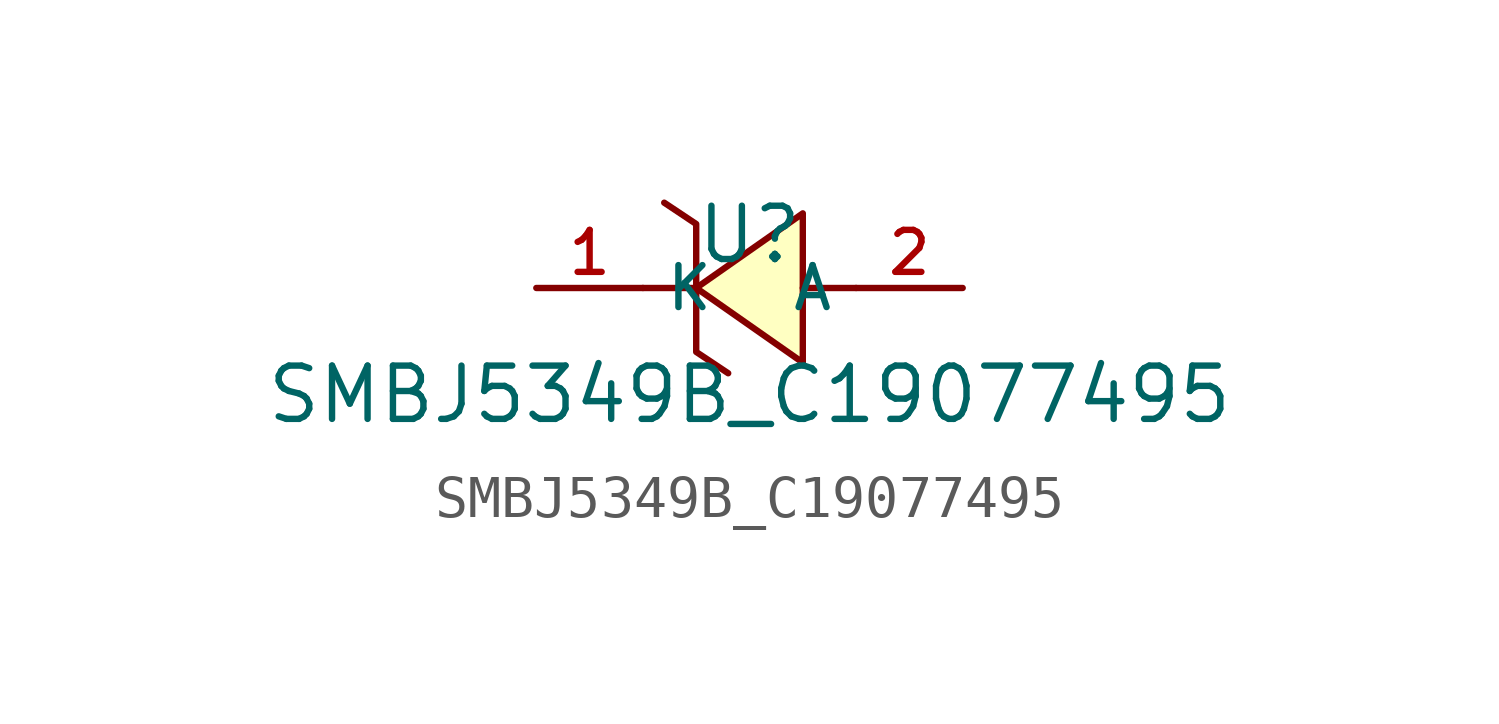
<source format=kicad_sym>
(kicad_symbol_lib
  (version 20210201)
  (generator TousstNicolas/JLC2KiCad_lib)
  (symbol "SMBJ5349B_C19077495"
    (property "Reference" "U"
      (at 0 1.27 0)
      (effects (font (size 1.27 1.27))))
    (property "Value" "SMBJ5349B_C19077495"
      (at 0 -2.54 0)
      (effects (font (size 1.27 1.27))))
    (symbol "SMBJ5349B_C19077495_0_1"
      (polyline (pts (xy -1.27 -0.0) (xy -2.54 -0.0)) (stroke (width 0) (type default) (color 0 0 0 0)) (fill (type none)))
      (polyline (pts (xy 2.54 -0.0) (xy 1.27 -0.0)) (stroke (width 0) (type default) (color 0 0 0 0)) (fill (type none)))
      (polyline (pts (xy -2.032 2.032) (xy -1.27 1.524) (xy -1.27 -1.524) (xy -0.508 -2.032)) (stroke (width 0) (type default) (color 0 0 0 0)) (fill (type none)))
      (polyline (pts (xy 1.27 1.778) (xy -1.27 -0.0) (xy 1.27 -1.778) (xy 1.27 1.778)) (stroke (width 0) (type default) (color 0 0 0 0)) (fill (type background)))
      (pin unspecified line (at -5.08 -0.0 0) (length 2.54) (name "K" (effects (font (size 1 1)))) (number "1" (effects (font (size 1 1)))))
      (pin unspecified line (at 5.08 -0.0 180) (length 2.54) (name "A" (effects (font (size 1 1)))) (number "2" (effects (font (size 1 1))))))))
</source>
